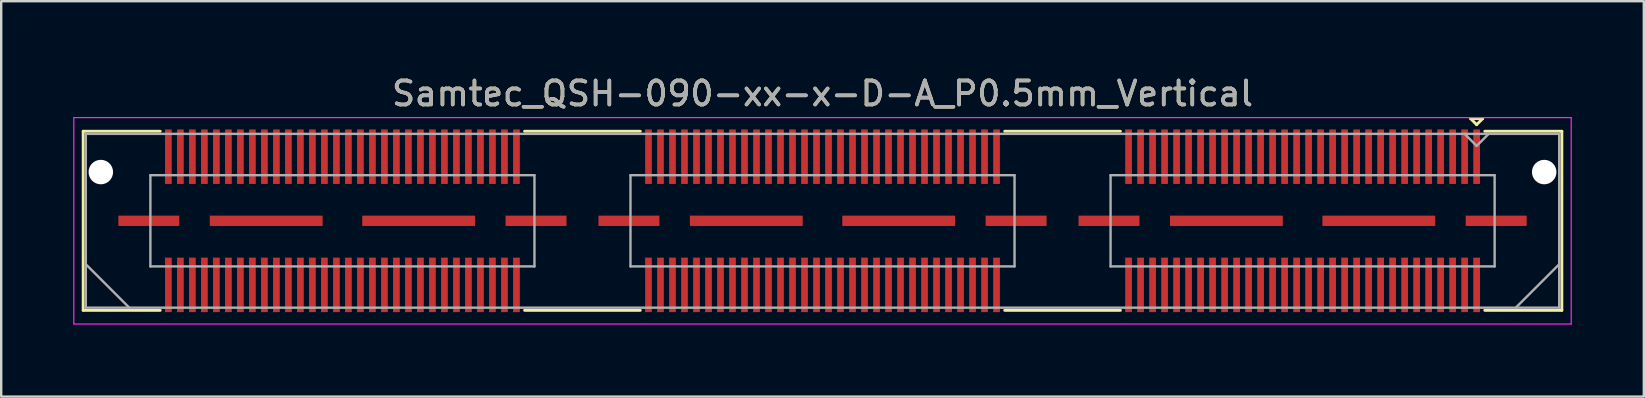
<source format=kicad_pcb>
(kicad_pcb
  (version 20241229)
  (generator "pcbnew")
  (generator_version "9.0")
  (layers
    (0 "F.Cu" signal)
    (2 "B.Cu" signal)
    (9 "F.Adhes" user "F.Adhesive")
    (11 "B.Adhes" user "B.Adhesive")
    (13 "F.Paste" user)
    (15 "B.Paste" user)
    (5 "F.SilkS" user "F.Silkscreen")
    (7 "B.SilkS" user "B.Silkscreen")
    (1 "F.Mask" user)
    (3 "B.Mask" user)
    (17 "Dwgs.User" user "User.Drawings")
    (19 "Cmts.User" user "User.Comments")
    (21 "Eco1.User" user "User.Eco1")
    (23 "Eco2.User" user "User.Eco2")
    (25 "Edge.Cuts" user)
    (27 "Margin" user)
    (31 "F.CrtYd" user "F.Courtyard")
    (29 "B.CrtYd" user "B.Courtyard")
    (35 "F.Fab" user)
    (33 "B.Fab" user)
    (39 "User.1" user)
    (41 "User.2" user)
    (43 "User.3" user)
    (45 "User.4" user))
  (footprint "Samtec_QSH-090-xx-x-D-A_P0.5mm_Vertical"
    (layer "F.Cu")
    (at 31.215 6.148)
    (property "Reference" "Samtec_QSH-090-xx-x-D-A_P0.5mm_Vertical" (at 0 -5.3 0) (layer "F.SilkS") (effects (font (size 1 1) (thickness 0.15))))
    (attr smd)
    (fp_line (start -30.8 -3.73) (end -27.59 -3.73) (stroke (width 0.12) (type solid)) (layer "F.SilkS"))
    (fp_line (start -30.8 3.73) (end -30.8 -3.73) (stroke (width 0.12) (type solid)) (layer "F.SilkS"))
    (fp_line (start -27.59 3.73) (end -30.8 3.73) (stroke (width 0.12) (type solid)) (layer "F.SilkS"))
    (fp_line (start -7.59 -3.73) (end -12.411 -3.73) (stroke (width 0.12) (type solid)) (layer "F.SilkS"))
    (fp_line (start -7.59 3.73) (end -12.411 3.73) (stroke (width 0.12) (type solid)) (layer "F.SilkS"))
    (fp_line (start 12.411 -3.73) (end 7.59 -3.73) (stroke (width 0.12) (type solid)) (layer "F.SilkS"))
    (fp_line (start 12.411 3.73) (end 7.59 3.73) (stroke (width 0.12) (type solid)) (layer "F.SilkS"))
    (fp_line (start 27 -4.255) (end 27.5 -4.255) (stroke (width 0.12) (type solid)) (layer "F.SilkS"))
    (fp_line (start 27.25 -4.005) (end 27 -4.255) (stroke (width 0.12) (type solid)) (layer "F.SilkS"))
    (fp_line (start 27.5 -4.255) (end 27.25 -4.005) (stroke (width 0.12) (type solid)) (layer "F.SilkS"))
    (fp_line (start 27.59 3.73) (end 30.8 3.73) (stroke (width 0.12) (type solid)) (layer "F.SilkS"))
    (fp_line (start 30.8 -3.73) (end 27.59 -3.73) (stroke (width 0.12) (type solid)) (layer "F.SilkS"))
    (fp_line (start 30.8 3.73) (end 30.8 -3.73) (stroke (width 0.12) (type solid)) (layer "F.SilkS"))
    (fp_line (start -31.19 -4.3) (end -31.19 4.3) (stroke (width 0.05) (type solid)) (layer "F.CrtYd"))
    (fp_line (start -31.19 4.3) (end 31.19 4.3) (stroke (width 0.05) (type solid)) (layer "F.CrtYd"))
    (fp_line (start 31.19 -4.3) (end -31.19 -4.3) (stroke (width 0.05) (type solid)) (layer "F.CrtYd"))
    (fp_line (start 31.19 4.3) (end 31.19 -4.3) (stroke (width 0.05) (type solid)) (layer "F.CrtYd"))
    (fp_line (start -30.69 -3.62) (end -30.69 3.62) (stroke (width 0.1) (type solid)) (layer "F.Fab"))
    (fp_line (start -30.69 1.81) (end -28.88 3.62) (stroke (width 0.1) (type solid)) (layer "F.Fab"))
    (fp_line (start -30.69 3.62) (end 30.69 3.62) (stroke (width 0.1) (type solid)) (layer "F.Fab"))
    (fp_line (start -28 -1.9) (end -28 1.9) (stroke (width 0.1) (type solid)) (layer "F.Fab"))
    (fp_line (start -28 1.9) (end -12 1.9) (stroke (width 0.1) (type solid)) (layer "F.Fab"))
    (fp_line (start -12 -1.9) (end -28 -1.9) (stroke (width 0.1) (type solid)) (layer "F.Fab"))
    (fp_line (start -12 1.9) (end -12 -1.9) (stroke (width 0.1) (type solid)) (layer "F.Fab"))
    (fp_line (start -8 -1.9) (end -8 1.9) (stroke (width 0.1) (type solid)) (layer "F.Fab"))
    (fp_line (start -8 1.9) (end 8 1.9) (stroke (width 0.1) (type solid)) (layer "F.Fab"))
    (fp_line (start 8 -1.9) (end -8 -1.9) (stroke (width 0.1) (type solid)) (layer "F.Fab"))
    (fp_line (start 8 1.9) (end 8 -1.9) (stroke (width 0.1) (type solid)) (layer "F.Fab"))
    (fp_line (start 12 -1.9) (end 12 1.9) (stroke (width 0.1) (type solid)) (layer "F.Fab"))
    (fp_line (start 12 1.9) (end 28 1.9) (stroke (width 0.1) (type solid)) (layer "F.Fab"))
    (fp_line (start 27.25 -3.12) (end 26.75 -3.62) (stroke (width 0.1) (type solid)) (layer "F.Fab"))
    (fp_line (start 27.75 -3.62) (end 27.25 -3.12) (stroke (width 0.1) (type solid)) (layer "F.Fab"))
    (fp_line (start 28 -1.9) (end 12 -1.9) (stroke (width 0.1) (type solid)) (layer "F.Fab"))
    (fp_line (start 28 1.9) (end 28 -1.9) (stroke (width 0.1) (type solid)) (layer "F.Fab"))
    (fp_line (start 30.69 -3.62) (end -30.69 -3.62) (stroke (width 0.1) (type solid)) (layer "F.Fab"))
    (fp_line (start 30.69 1.81) (end 28.88 3.62) (stroke (width 0.1) (type solid)) (layer "F.Fab"))
    (fp_line (start 30.69 3.62) (end 30.69 -3.62) (stroke (width 0.1) (type solid)) (layer "F.Fab"))
    (fp_text user "${REFERENCE}" (at 0 -5.3 0) (layer "F.Fab") (effects (font (size 1 1) (thickness 0.15))))
    (pad "" np_thru_hole circle (at -30.065 -2.03) (size 1.02 1.02) (drill 1.02) (layers "*.Cu" "*.Mask"))
    (pad "" np_thru_hole circle (at 30.065 -2.03) (size 1.02 1.02) (drill 1.02) (layers "*.Cu" "*.Mask"))
    (pad "1" smd rect (at 27.25 -2.67) (size 0.279 2.27) (layers "F.Cu" "F.Mask" "F.Paste"))
    (pad "2" smd rect (at 27.25 2.67) (size 0.279 2.27) (layers "F.Cu" "F.Mask" "F.Paste"))
    (pad "3" smd rect (at 26.75 -2.67) (size 0.279 2.27) (layers "F.Cu" "F.Mask" "F.Paste"))
    (pad "4" smd rect (at 26.75 2.67) (size 0.279 2.27) (layers "F.Cu" "F.Mask" "F.Paste"))
    (pad "5" smd rect (at 26.25 -2.67) (size 0.279 2.27) (layers "F.Cu" "F.Mask" "F.Paste"))
    (pad "6" smd rect (at 26.25 2.67) (size 0.279 2.27) (layers "F.Cu" "F.Mask" "F.Paste"))
    (pad "7" smd rect (at 25.75 -2.67) (size 0.279 2.27) (layers "F.Cu" "F.Mask" "F.Paste"))
    (pad "8" smd rect (at 25.75 2.67) (size 0.279 2.27) (layers "F.Cu" "F.Mask" "F.Paste"))
    (pad "9" smd rect (at 25.25 -2.67) (size 0.279 2.27) (layers "F.Cu" "F.Mask" "F.Paste"))
    (pad "10" smd rect (at 25.25 2.67) (size 0.279 2.27) (layers "F.Cu" "F.Mask" "F.Paste"))
    (pad "11" smd rect (at 24.75 -2.67) (size 0.279 2.27) (layers "F.Cu" "F.Mask" "F.Paste"))
    (pad "12" smd rect (at 24.75 2.67) (size 0.279 2.27) (layers "F.Cu" "F.Mask" "F.Paste"))
    (pad "13" smd rect (at 24.25 -2.67) (size 0.279 2.27) (layers "F.Cu" "F.Mask" "F.Paste"))
    (pad "14" smd rect (at 24.25 2.67) (size 0.279 2.27) (layers "F.Cu" "F.Mask" "F.Paste"))
    (pad "15" smd rect (at 23.75 -2.67) (size 0.279 2.27) (layers "F.Cu" "F.Mask" "F.Paste"))
    (pad "16" smd rect (at 23.75 2.67) (size 0.279 2.27) (layers "F.Cu" "F.Mask" "F.Paste"))
    (pad "17" smd rect (at 23.25 -2.67) (size 0.279 2.27) (layers "F.Cu" "F.Mask" "F.Paste"))
    (pad "18" smd rect (at 23.25 2.67) (size 0.279 2.27) (layers "F.Cu" "F.Mask" "F.Paste"))
    (pad "19" smd rect (at 22.75 -2.67) (size 0.279 2.27) (layers "F.Cu" "F.Mask" "F.Paste"))
    (pad "20" smd rect (at 22.75 2.67) (size 0.279 2.27) (layers "F.Cu" "F.Mask" "F.Paste"))
    (pad "21" smd rect (at 22.25 -2.67) (size 0.279 2.27) (layers "F.Cu" "F.Mask" "F.Paste"))
    (pad "22" smd rect (at 22.25 2.67) (size 0.279 2.27) (layers "F.Cu" "F.Mask" "F.Paste"))
    (pad "23" smd rect (at 21.75 -2.67) (size 0.279 2.27) (layers "F.Cu" "F.Mask" "F.Paste"))
    (pad "24" smd rect (at 21.75 2.67) (size 0.279 2.27) (layers "F.Cu" "F.Mask" "F.Paste"))
    (pad "25" smd rect (at 21.25 -2.67) (size 0.279 2.27) (layers "F.Cu" "F.Mask" "F.Paste"))
    (pad "26" smd rect (at 21.25 2.67) (size 0.279 2.27) (layers "F.Cu" "F.Mask" "F.Paste"))
    (pad "27" smd rect (at 20.75 -2.67) (size 0.279 2.27) (layers "F.Cu" "F.Mask" "F.Paste"))
    (pad "28" smd rect (at 20.75 2.67) (size 0.279 2.27) (layers "F.Cu" "F.Mask" "F.Paste"))
    (pad "29" smd rect (at 20.25 -2.67) (size 0.279 2.27) (layers "F.Cu" "F.Mask" "F.Paste"))
    (pad "30" smd rect (at 20.25 2.67) (size 0.279 2.27) (layers "F.Cu" "F.Mask" "F.Paste"))
    (pad "31" smd rect (at 19.75 -2.67) (size 0.279 2.27) (layers "F.Cu" "F.Mask" "F.Paste"))
    (pad "32" smd rect (at 19.75 2.67) (size 0.279 2.27) (layers "F.Cu" "F.Mask" "F.Paste"))
    (pad "33" smd rect (at 19.25 -2.67) (size 0.279 2.27) (layers "F.Cu" "F.Mask" "F.Paste"))
    (pad "34" smd rect (at 19.25 2.67) (size 0.279 2.27) (layers "F.Cu" "F.Mask" "F.Paste"))
    (pad "35" smd rect (at 18.75 -2.67) (size 0.279 2.27) (layers "F.Cu" "F.Mask" "F.Paste"))
    (pad "36" smd rect (at 18.75 2.67) (size 0.279 2.27) (layers "F.Cu" "F.Mask" "F.Paste"))
    (pad "37" smd rect (at 18.25 -2.67) (size 0.279 2.27) (layers "F.Cu" "F.Mask" "F.Paste"))
    (pad "38" smd rect (at 18.25 2.67) (size 0.279 2.27) (layers "F.Cu" "F.Mask" "F.Paste"))
    (pad "39" smd rect (at 17.75 -2.67) (size 0.279 2.27) (layers "F.Cu" "F.Mask" "F.Paste"))
    (pad "40" smd rect (at 17.75 2.67) (size 0.279 2.27) (layers "F.Cu" "F.Mask" "F.Paste"))
    (pad "41" smd rect (at 17.25 -2.67) (size 0.279 2.27) (layers "F.Cu" "F.Mask" "F.Paste"))
    (pad "42" smd rect (at 17.25 2.67) (size 0.279 2.27) (layers "F.Cu" "F.Mask" "F.Paste"))
    (pad "43" smd rect (at 16.75 -2.67) (size 0.279 2.27) (layers "F.Cu" "F.Mask" "F.Paste"))
    (pad "44" smd rect (at 16.75 2.67) (size 0.279 2.27) (layers "F.Cu" "F.Mask" "F.Paste"))
    (pad "45" smd rect (at 16.25 -2.67) (size 0.279 2.27) (layers "F.Cu" "F.Mask" "F.Paste"))
    (pad "46" smd rect (at 16.25 2.67) (size 0.279 2.27) (layers "F.Cu" "F.Mask" "F.Paste"))
    (pad "47" smd rect (at 15.75 -2.67) (size 0.279 2.27) (layers "F.Cu" "F.Mask" "F.Paste"))
    (pad "48" smd rect (at 15.75 2.67) (size 0.279 2.27) (layers "F.Cu" "F.Mask" "F.Paste"))
    (pad "49" smd rect (at 15.25 -2.67) (size 0.279 2.27) (layers "F.Cu" "F.Mask" "F.Paste"))
    (pad "50" smd rect (at 15.25 2.67) (size 0.279 2.27) (layers "F.Cu" "F.Mask" "F.Paste"))
    (pad "51" smd rect (at 14.75 -2.67) (size 0.279 2.27) (layers "F.Cu" "F.Mask" "F.Paste"))
    (pad "52" smd rect (at 14.75 2.67) (size 0.279 2.27) (layers "F.Cu" "F.Mask" "F.Paste"))
    (pad "53" smd rect (at 14.25 -2.67) (size 0.279 2.27) (layers "F.Cu" "F.Mask" "F.Paste"))
    (pad "54" smd rect (at 14.25 2.67) (size 0.279 2.27) (layers "F.Cu" "F.Mask" "F.Paste"))
    (pad "55" smd rect (at 13.75 -2.67) (size 0.279 2.27) (layers "F.Cu" "F.Mask" "F.Paste"))
    (pad "56" smd rect (at 13.75 2.67) (size 0.279 2.27) (layers "F.Cu" "F.Mask" "F.Paste"))
    (pad "57" smd rect (at 13.25 -2.67) (size 0.279 2.27) (layers "F.Cu" "F.Mask" "F.Paste"))
    (pad "58" smd rect (at 13.25 2.67) (size 0.279 2.27) (layers "F.Cu" "F.Mask" "F.Paste"))
    (pad "59" smd rect (at 12.75 -2.67) (size 0.279 2.27) (layers "F.Cu" "F.Mask" "F.Paste"))
    (pad "60" smd rect (at 12.75 2.67) (size 0.279 2.27) (layers "F.Cu" "F.Mask" "F.Paste"))
    (pad "61" smd rect (at 7.25 -2.67) (size 0.279 2.27) (layers "F.Cu" "F.Mask" "F.Paste"))
    (pad "62" smd rect (at 7.25 2.67) (size 0.279 2.27) (layers "F.Cu" "F.Mask" "F.Paste"))
    (pad "63" smd rect (at 6.75 -2.67) (size 0.279 2.27) (layers "F.Cu" "F.Mask" "F.Paste"))
    (pad "64" smd rect (at 6.75 2.67) (size 0.279 2.27) (layers "F.Cu" "F.Mask" "F.Paste"))
    (pad "65" smd rect (at 6.25 -2.67) (size 0.279 2.27) (layers "F.Cu" "F.Mask" "F.Paste"))
    (pad "66" smd rect (at 6.25 2.67) (size 0.279 2.27) (layers "F.Cu" "F.Mask" "F.Paste"))
    (pad "67" smd rect (at 5.75 -2.67) (size 0.279 2.27) (layers "F.Cu" "F.Mask" "F.Paste"))
    (pad "68" smd rect (at 5.75 2.67) (size 0.279 2.27) (layers "F.Cu" "F.Mask" "F.Paste"))
    (pad "69" smd rect (at 5.25 -2.67) (size 0.279 2.27) (layers "F.Cu" "F.Mask" "F.Paste"))
    (pad "70" smd rect (at 5.25 2.67) (size 0.279 2.27) (layers "F.Cu" "F.Mask" "F.Paste"))
    (pad "71" smd rect (at 4.75 -2.67) (size 0.279 2.27) (layers "F.Cu" "F.Mask" "F.Paste"))
    (pad "72" smd rect (at 4.75 2.67) (size 0.279 2.27) (layers "F.Cu" "F.Mask" "F.Paste"))
    (pad "73" smd rect (at 4.25 -2.67) (size 0.279 2.27) (layers "F.Cu" "F.Mask" "F.Paste"))
    (pad "74" smd rect (at 4.25 2.67) (size 0.279 2.27) (layers "F.Cu" "F.Mask" "F.Paste"))
    (pad "75" smd rect (at 3.75 -2.67) (size 0.279 2.27) (layers "F.Cu" "F.Mask" "F.Paste"))
    (pad "76" smd rect (at 3.75 2.67) (size 0.279 2.27) (layers "F.Cu" "F.Mask" "F.Paste"))
    (pad "77" smd rect (at 3.25 -2.67) (size 0.279 2.27) (layers "F.Cu" "F.Mask" "F.Paste"))
    (pad "78" smd rect (at 3.25 2.67) (size 0.279 2.27) (layers "F.Cu" "F.Mask" "F.Paste"))
    (pad "79" smd rect (at 2.75 -2.67) (size 0.279 2.27) (layers "F.Cu" "F.Mask" "F.Paste"))
    (pad "80" smd rect (at 2.75 2.67) (size 0.279 2.27) (layers "F.Cu" "F.Mask" "F.Paste"))
    (pad "81" smd rect (at 2.25 -2.67) (size 0.279 2.27) (layers "F.Cu" "F.Mask" "F.Paste"))
    (pad "82" smd rect (at 2.25 2.67) (size 0.279 2.27) (layers "F.Cu" "F.Mask" "F.Paste"))
    (pad "83" smd rect (at 1.75 -2.67) (size 0.279 2.27) (layers "F.Cu" "F.Mask" "F.Paste"))
    (pad "84" smd rect (at 1.75 2.67) (size 0.279 2.27) (layers "F.Cu" "F.Mask" "F.Paste"))
    (pad "85" smd rect (at 1.25 -2.67) (size 0.279 2.27) (layers "F.Cu" "F.Mask" "F.Paste"))
    (pad "86" smd rect (at 1.25 2.67) (size 0.279 2.27) (layers "F.Cu" "F.Mask" "F.Paste"))
    (pad "87" smd rect (at 0.75 -2.67) (size 0.279 2.27) (layers "F.Cu" "F.Mask" "F.Paste"))
    (pad "88" smd rect (at 0.75 2.67) (size 0.279 2.27) (layers "F.Cu" "F.Mask" "F.Paste"))
    (pad "89" smd rect (at 0.25 -2.67) (size 0.279 2.27) (layers "F.Cu" "F.Mask" "F.Paste"))
    (pad "90" smd rect (at 0.25 2.67) (size 0.279 2.27) (layers "F.Cu" "F.Mask" "F.Paste"))
    (pad "91" smd rect (at -0.25 -2.67) (size 0.279 2.27) (layers "F.Cu" "F.Mask" "F.Paste"))
    (pad "92" smd rect (at -0.25 2.67) (size 0.279 2.27) (layers "F.Cu" "F.Mask" "F.Paste"))
    (pad "93" smd rect (at -0.75 -2.67) (size 0.279 2.27) (layers "F.Cu" "F.Mask" "F.Paste"))
    (pad "94" smd rect (at -0.75 2.67) (size 0.279 2.27) (layers "F.Cu" "F.Mask" "F.Paste"))
    (pad "95" smd rect (at -1.25 -2.67) (size 0.279 2.27) (layers "F.Cu" "F.Mask" "F.Paste"))
    (pad "96" smd rect (at -1.25 2.67) (size 0.279 2.27) (layers "F.Cu" "F.Mask" "F.Paste"))
    (pad "97" smd rect (at -1.75 -2.67) (size 0.279 2.27) (layers "F.Cu" "F.Mask" "F.Paste"))
    (pad "98" smd rect (at -1.75 2.67) (size 0.279 2.27) (layers "F.Cu" "F.Mask" "F.Paste"))
    (pad "99" smd rect (at -2.25 -2.67) (size 0.279 2.27) (layers "F.Cu" "F.Mask" "F.Paste"))
    (pad "100" smd rect (at -2.25 2.67) (size 0.279 2.27) (layers "F.Cu" "F.Mask" "F.Paste"))
    (pad "101" smd rect (at -2.75 -2.67) (size 0.279 2.27) (layers "F.Cu" "F.Mask" "F.Paste"))
    (pad "102" smd rect (at -2.75 2.67) (size 0.279 2.27) (layers "F.Cu" "F.Mask" "F.Paste"))
    (pad "103" smd rect (at -3.25 -2.67) (size 0.279 2.27) (layers "F.Cu" "F.Mask" "F.Paste"))
    (pad "104" smd rect (at -3.25 2.67) (size 0.279 2.27) (layers "F.Cu" "F.Mask" "F.Paste"))
    (pad "105" smd rect (at -3.75 -2.67) (size 0.279 2.27) (layers "F.Cu" "F.Mask" "F.Paste"))
    (pad "106" smd rect (at -3.75 2.67) (size 0.279 2.27) (layers "F.Cu" "F.Mask" "F.Paste"))
    (pad "107" smd rect (at -4.25 -2.67) (size 0.279 2.27) (layers "F.Cu" "F.Mask" "F.Paste"))
    (pad "108" smd rect (at -4.25 2.67) (size 0.279 2.27) (layers "F.Cu" "F.Mask" "F.Paste"))
    (pad "109" smd rect (at -4.75 -2.67) (size 0.279 2.27) (layers "F.Cu" "F.Mask" "F.Paste"))
    (pad "110" smd rect (at -4.75 2.67) (size 0.279 2.27) (layers "F.Cu" "F.Mask" "F.Paste"))
    (pad "111" smd rect (at -5.25 -2.67) (size 0.279 2.27) (layers "F.Cu" "F.Mask" "F.Paste"))
    (pad "112" smd rect (at -5.25 2.67) (size 0.279 2.27) (layers "F.Cu" "F.Mask" "F.Paste"))
    (pad "113" smd rect (at -5.75 -2.67) (size 0.279 2.27) (layers "F.Cu" "F.Mask" "F.Paste"))
    (pad "114" smd rect (at -5.75 2.67) (size 0.279 2.27) (layers "F.Cu" "F.Mask" "F.Paste"))
    (pad "115" smd rect (at -6.25 -2.67) (size 0.279 2.27) (layers "F.Cu" "F.Mask" "F.Paste"))
    (pad "116" smd rect (at -6.25 2.67) (size 0.279 2.27) (layers "F.Cu" "F.Mask" "F.Paste"))
    (pad "117" smd rect (at -6.75 -2.67) (size 0.279 2.27) (layers "F.Cu" "F.Mask" "F.Paste"))
    (pad "118" smd rect (at -6.75 2.67) (size 0.279 2.27) (layers "F.Cu" "F.Mask" "F.Paste"))
    (pad "119" smd rect (at -7.25 -2.67) (size 0.279 2.27) (layers "F.Cu" "F.Mask" "F.Paste"))
    (pad "120" smd rect (at -7.25 2.67) (size 0.279 2.27) (layers "F.Cu" "F.Mask" "F.Paste"))
    (pad "121" smd rect (at -12.75 -2.67) (size 0.279 2.27) (layers "F.Cu" "F.Mask" "F.Paste"))
    (pad "122" smd rect (at -12.75 2.67) (size 0.279 2.27) (layers "F.Cu" "F.Mask" "F.Paste"))
    (pad "123" smd rect (at -13.25 -2.67) (size 0.279 2.27) (layers "F.Cu" "F.Mask" "F.Paste"))
    (pad "124" smd rect (at -13.25 2.67) (size 0.279 2.27) (layers "F.Cu" "F.Mask" "F.Paste"))
    (pad "125" smd rect (at -13.75 -2.67) (size 0.279 2.27) (layers "F.Cu" "F.Mask" "F.Paste"))
    (pad "126" smd rect (at -13.75 2.67) (size 0.279 2.27) (layers "F.Cu" "F.Mask" "F.Paste"))
    (pad "127" smd rect (at -14.25 -2.67) (size 0.279 2.27) (layers "F.Cu" "F.Mask" "F.Paste"))
    (pad "128" smd rect (at -14.25 2.67) (size 0.279 2.27) (layers "F.Cu" "F.Mask" "F.Paste"))
    (pad "129" smd rect (at -14.75 -2.67) (size 0.279 2.27) (layers "F.Cu" "F.Mask" "F.Paste"))
    (pad "130" smd rect (at -14.75 2.67) (size 0.279 2.27) (layers "F.Cu" "F.Mask" "F.Paste"))
    (pad "131" smd rect (at -15.25 -2.67) (size 0.279 2.27) (layers "F.Cu" "F.Mask" "F.Paste"))
    (pad "132" smd rect (at -15.25 2.67) (size 0.279 2.27) (layers "F.Cu" "F.Mask" "F.Paste"))
    (pad "133" smd rect (at -15.75 -2.67) (size 0.279 2.27) (layers "F.Cu" "F.Mask" "F.Paste"))
    (pad "134" smd rect (at -15.75 2.67) (size 0.279 2.27) (layers "F.Cu" "F.Mask" "F.Paste"))
    (pad "135" smd rect (at -16.25 -2.67) (size 0.279 2.27) (layers "F.Cu" "F.Mask" "F.Paste"))
    (pad "136" smd rect (at -16.25 2.67) (size 0.279 2.27) (layers "F.Cu" "F.Mask" "F.Paste"))
    (pad "137" smd rect (at -16.75 -2.67) (size 0.279 2.27) (layers "F.Cu" "F.Mask" "F.Paste"))
    (pad "138" smd rect (at -16.75 2.67) (size 0.279 2.27) (layers "F.Cu" "F.Mask" "F.Paste"))
    (pad "139" smd rect (at -17.25 -2.67) (size 0.279 2.27) (layers "F.Cu" "F.Mask" "F.Paste"))
    (pad "140" smd rect (at -17.25 2.67) (size 0.279 2.27) (layers "F.Cu" "F.Mask" "F.Paste"))
    (pad "141" smd rect (at -17.75 -2.67) (size 0.279 2.27) (layers "F.Cu" "F.Mask" "F.Paste"))
    (pad "142" smd rect (at -17.75 2.67) (size 0.279 2.27) (layers "F.Cu" "F.Mask" "F.Paste"))
    (pad "143" smd rect (at -18.25 -2.67) (size 0.279 2.27) (layers "F.Cu" "F.Mask" "F.Paste"))
    (pad "144" smd rect (at -18.25 2.67) (size 0.279 2.27) (layers "F.Cu" "F.Mask" "F.Paste"))
    (pad "145" smd rect (at -18.75 -2.67) (size 0.279 2.27) (layers "F.Cu" "F.Mask" "F.Paste"))
    (pad "146" smd rect (at -18.75 2.67) (size 0.279 2.27) (layers "F.Cu" "F.Mask" "F.Paste"))
    (pad "147" smd rect (at -19.25 -2.67) (size 0.279 2.27) (layers "F.Cu" "F.Mask" "F.Paste"))
    (pad "148" smd rect (at -19.25 2.67) (size 0.279 2.27) (layers "F.Cu" "F.Mask" "F.Paste"))
    (pad "149" smd rect (at -19.75 -2.67) (size 0.279 2.27) (layers "F.Cu" "F.Mask" "F.Paste"))
    (pad "150" smd rect (at -19.75 2.67) (size 0.279 2.27) (layers "F.Cu" "F.Mask" "F.Paste"))
    (pad "151" smd rect (at -20.25 -2.67) (size 0.279 2.27) (layers "F.Cu" "F.Mask" "F.Paste"))
    (pad "152" smd rect (at -20.25 2.67) (size 0.279 2.27) (layers "F.Cu" "F.Mask" "F.Paste"))
    (pad "153" smd rect (at -20.75 -2.67) (size 0.279 2.27) (layers "F.Cu" "F.Mask" "F.Paste"))
    (pad "154" smd rect (at -20.75 2.67) (size 0.279 2.27) (layers "F.Cu" "F.Mask" "F.Paste"))
    (pad "155" smd rect (at -21.25 -2.67) (size 0.279 2.27) (layers "F.Cu" "F.Mask" "F.Paste"))
    (pad "156" smd rect (at -21.25 2.67) (size 0.279 2.27) (layers "F.Cu" "F.Mask" "F.Paste"))
    (pad "157" smd rect (at -21.75 -2.67) (size 0.279 2.27) (layers "F.Cu" "F.Mask" "F.Paste"))
    (pad "158" smd rect (at -21.75 2.67) (size 0.279 2.27) (layers "F.Cu" "F.Mask" "F.Paste"))
    (pad "159" smd rect (at -22.25 -2.67) (size 0.279 2.27) (layers "F.Cu" "F.Mask" "F.Paste"))
    (pad "160" smd rect (at -22.25 2.67) (size 0.279 2.27) (layers "F.Cu" "F.Mask" "F.Paste"))
    (pad "161" smd rect (at -22.75 -2.67) (size 0.279 2.27) (layers "F.Cu" "F.Mask" "F.Paste"))
    (pad "162" smd rect (at -22.75 2.67) (size 0.279 2.27) (layers "F.Cu" "F.Mask" "F.Paste"))
    (pad "163" smd rect (at -23.25 -2.67) (size 0.279 2.27) (layers "F.Cu" "F.Mask" "F.Paste"))
    (pad "164" smd rect (at -23.25 2.67) (size 0.279 2.27) (layers "F.Cu" "F.Mask" "F.Paste"))
    (pad "165" smd rect (at -23.75 -2.67) (size 0.279 2.27) (layers "F.Cu" "F.Mask" "F.Paste"))
    (pad "166" smd rect (at -23.75 2.67) (size 0.279 2.27) (layers "F.Cu" "F.Mask" "F.Paste"))
    (pad "167" smd rect (at -24.25 -2.67) (size 0.279 2.27) (layers "F.Cu" "F.Mask" "F.Paste"))
    (pad "168" smd rect (at -24.25 2.67) (size 0.279 2.27) (layers "F.Cu" "F.Mask" "F.Paste"))
    (pad "169" smd rect (at -24.75 -2.67) (size 0.279 2.27) (layers "F.Cu" "F.Mask" "F.Paste"))
    (pad "170" smd rect (at -24.75 2.67) (size 0.279 2.27) (layers "F.Cu" "F.Mask" "F.Paste"))
    (pad "171" smd rect (at -25.25 -2.67) (size 0.279 2.27) (layers "F.Cu" "F.Mask" "F.Paste"))
    (pad "172" smd rect (at -25.25 2.67) (size 0.279 2.27) (layers "F.Cu" "F.Mask" "F.Paste"))
    (pad "173" smd rect (at -25.75 -2.67) (size 0.279 2.27) (layers "F.Cu" "F.Mask" "F.Paste"))
    (pad "174" smd rect (at -25.75 2.67) (size 0.279 2.27) (layers "F.Cu" "F.Mask" "F.Paste"))
    (pad "175" smd rect (at -26.25 -2.67) (size 0.279 2.27) (layers "F.Cu" "F.Mask" "F.Paste"))
    (pad "176" smd rect (at -26.25 2.67) (size 0.279 2.27) (layers "F.Cu" "F.Mask" "F.Paste"))
    (pad "177" smd rect (at -26.75 -2.67) (size 0.279 2.27) (layers "F.Cu" "F.Mask" "F.Paste"))
    (pad "178" smd rect (at -26.75 2.67) (size 0.279 2.27) (layers "F.Cu" "F.Mask" "F.Paste"))
    (pad "179" smd rect (at -27.25 -2.67) (size 0.279 2.27) (layers "F.Cu" "F.Mask" "F.Paste"))
    (pad "180" smd rect (at -27.25 2.67) (size 0.279 2.27) (layers "F.Cu" "F.Mask" "F.Paste"))
    (pad "P1" smd rect (at 11.935 0) (size 2.54 0.43) (layers "F.Cu" "F.Mask" "F.Paste"))
    (pad "P1" smd rect (at 16.825 0) (size 4.7 0.43) (layers "F.Cu" "F.Mask" "F.Paste"))
    (pad "P1" smd rect (at 23.175 0) (size 4.7 0.43) (layers "F.Cu" "F.Mask" "F.Paste"))
    (pad "P1" smd rect (at 28.065 0) (size 2.54 0.43) (layers "F.Cu" "F.Mask" "F.Paste"))
    (pad "P2" smd rect (at -8.065 0) (size 2.54 0.43) (layers "F.Cu" "F.Mask" "F.Paste"))
    (pad "P2" smd rect (at -3.175 0) (size 4.7 0.43) (layers "F.Cu" "F.Mask" "F.Paste"))
    (pad "P2" smd rect (at 3.175 0) (size 4.7 0.43) (layers "F.Cu" "F.Mask" "F.Paste"))
    (pad "P2" smd rect (at 8.065 0) (size 2.54 0.43) (layers "F.Cu" "F.Mask" "F.Paste"))
    (pad "P3" smd rect (at -28.065 0) (size 2.54 0.43) (layers "F.Cu" "F.Mask" "F.Paste"))
    (pad "P3" smd rect (at -23.175 0) (size 4.7 0.43) (layers "F.Cu" "F.Mask" "F.Paste"))
    (pad "P3" smd rect (at -16.825 0) (size 4.7 0.43) (layers "F.Cu" "F.Mask" "F.Paste"))
    (pad "P3" smd rect (at -11.935 0) (size 2.54 0.43) (layers "F.Cu" "F.Mask" "F.Paste")))
  (gr_rect
    (start -3 -3)
    (end 65.43 13.473)
    (stroke (width 0.1) (type default))
    (fill no)
    (layer "Edge.Cuts")))
</source>
